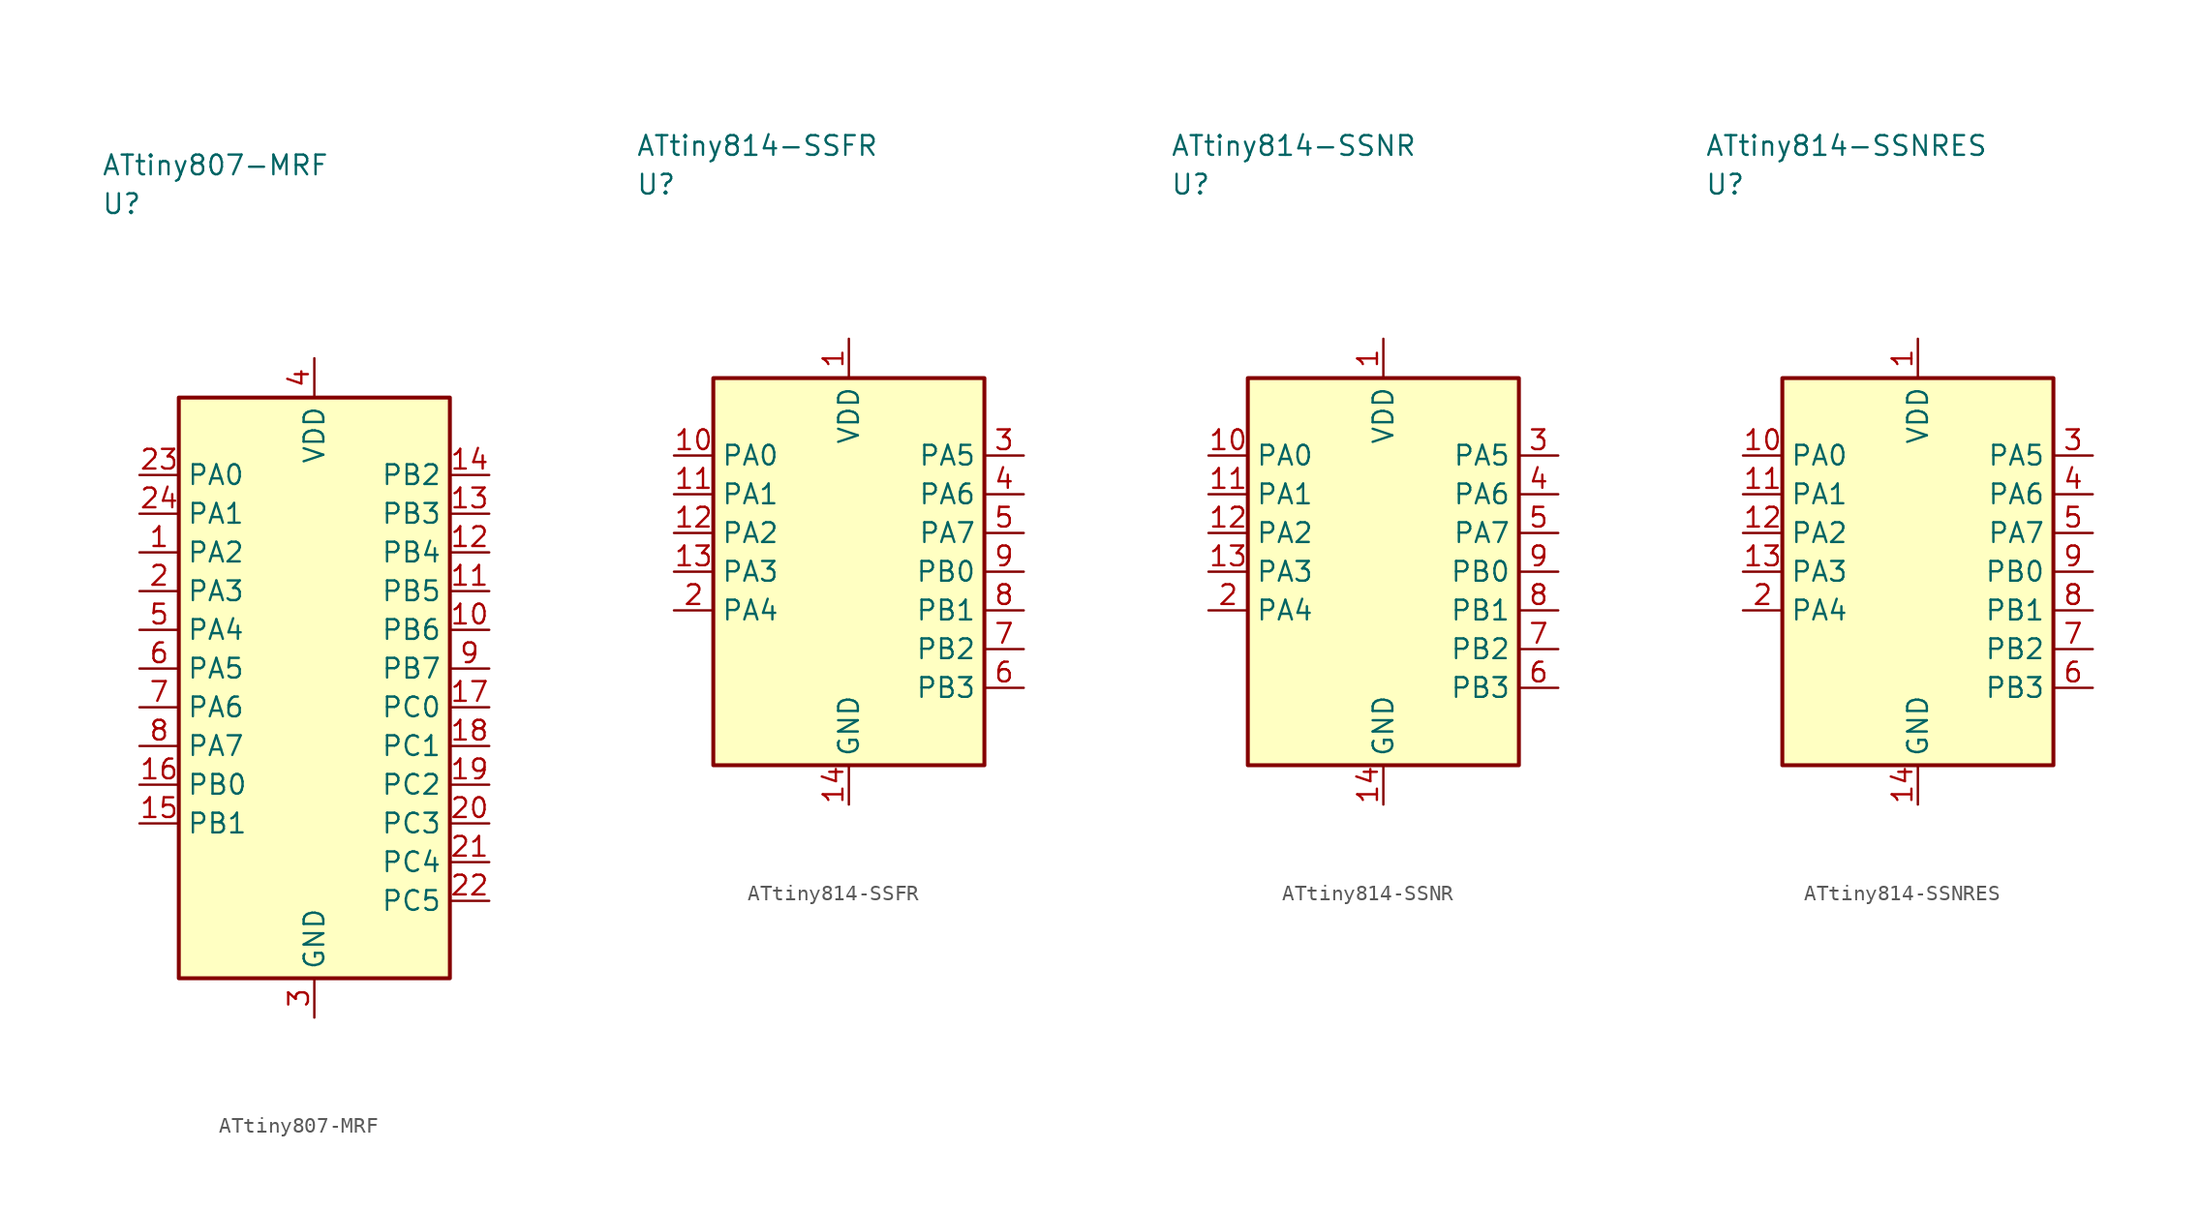
<source format=kicad_sym>
(kicad_symbol_lib
  (version 20241025)
  (generator "kicad_symbol_editor")
  (generator_version "8.0")
  (symbol "ATtiny807-MRF"
    (property "Reference" "U"
      (at -13.75 31.25 0)
      (effects (font (size 1.27 1.27)) (justify left)))
    (property "Value" "ATtiny807-MRF"
      (at -13.75 33.75 0)
      (effects (font (size 1.27 1.27)) (justify left)))
    (symbol "ATtiny807-MRF_0_1"
      (rectangle (start -8.75 18.75) (end 8.75 -18.75) (stroke (width 0.254) (type default)) (fill (type background))))
    (symbol "ATtiny807-MRF_1_1"
      (pin bidirectional line (at -11.29 8.75 0.0) (length 2.54) (name "PA2" (effects (font (size 1.27 1.27)))) (number "1" (effects (font (size 1.27 1.27)))))
      (pin bidirectional line (at -11.29 6.25 0.0) (length 2.54) (name "PA3" (effects (font (size 1.27 1.27)))) (number "2" (effects (font (size 1.27 1.27)))))
      (pin passive line (at 0.0 -21.29 90.0) (length 2.54) (name "GND" (effects (font (size 1.27 1.27)))) (number "3" (effects (font (size 1.27 1.27)))))
      (pin power_in line (at 0.0 21.29 270.0) (length 2.54) (name "VDD" (effects (font (size 1.27 1.27)))) (number "4" (effects (font (size 1.27 1.27)))))
      (pin bidirectional line (at -11.29 3.75 0.0) (length 2.54) (name "PA4" (effects (font (size 1.27 1.27)))) (number "5" (effects (font (size 1.27 1.27)))))
      (pin bidirectional line (at -11.29 1.25 0.0) (length 2.54) (name "PA5" (effects (font (size 1.27 1.27)))) (number "6" (effects (font (size 1.27 1.27)))))
      (pin bidirectional line (at -11.29 -1.25 0.0) (length 2.54) (name "PA6" (effects (font (size 1.27 1.27)))) (number "7" (effects (font (size 1.27 1.27)))))
      (pin bidirectional line (at -11.29 -3.75 0.0) (length 2.54) (name "PA7" (effects (font (size 1.27 1.27)))) (number "8" (effects (font (size 1.27 1.27)))))
      (pin bidirectional line (at 11.29 1.25 180.0) (length 2.54) (name "PB7" (effects (font (size 1.27 1.27)))) (number "9" (effects (font (size 1.27 1.27)))))
      (pin bidirectional line (at 11.29 3.75 180.0) (length 2.54) (name "PB6" (effects (font (size 1.27 1.27)))) (number "10" (effects (font (size 1.27 1.27)))))
      (pin bidirectional line (at 11.29 6.25 180.0) (length 2.54) (name "PB5" (effects (font (size 1.27 1.27)))) (number "11" (effects (font (size 1.27 1.27)))))
      (pin bidirectional line (at 11.29 8.75 180.0) (length 2.54) (name "PB4" (effects (font (size 1.27 1.27)))) (number "12" (effects (font (size 1.27 1.27)))))
      (pin bidirectional line (at 11.29 11.25 180.0) (length 2.54) (name "PB3" (effects (font (size 1.27 1.27)))) (number "13" (effects (font (size 1.27 1.27)))))
      (pin bidirectional line (at 11.29 13.75 180.0) (length 2.54) (name "PB2" (effects (font (size 1.27 1.27)))) (number "14" (effects (font (size 1.27 1.27)))))
      (pin bidirectional line (at -11.29 -8.75 0.0) (length 2.54) (name "PB1" (effects (font (size 1.27 1.27)))) (number "15" (effects (font (size 1.27 1.27)))))
      (pin bidirectional line (at -11.29 -6.25 0.0) (length 2.54) (name "PB0" (effects (font (size 1.27 1.27)))) (number "16" (effects (font (size 1.27 1.27)))))
      (pin bidirectional line (at 11.29 -1.25 180.0) (length 2.54) (name "PC0" (effects (font (size 1.27 1.27)))) (number "17" (effects (font (size 1.27 1.27)))))
      (pin bidirectional line (at 11.29 -3.75 180.0) (length 2.54) (name "PC1" (effects (font (size 1.27 1.27)))) (number "18" (effects (font (size 1.27 1.27)))))
      (pin bidirectional line (at 11.29 -6.25 180.0) (length 2.54) (name "PC2" (effects (font (size 1.27 1.27)))) (number "19" (effects (font (size 1.27 1.27)))))
      (pin bidirectional line (at 11.29 -8.75 180.0) (length 2.54) (name "PC3" (effects (font (size 1.27 1.27)))) (number "20" (effects (font (size 1.27 1.27)))))
      (pin bidirectional line (at 11.29 -11.25 180.0) (length 2.54) (name "PC4" (effects (font (size 1.27 1.27)))) (number "21" (effects (font (size 1.27 1.27)))))
      (pin bidirectional line (at 11.29 -13.75 180.0) (length 2.54) (name "PC5" (effects (font (size 1.27 1.27)))) (number "22" (effects (font (size 1.27 1.27)))))
      (pin bidirectional line (at -11.29 13.75 0.0) (length 2.54) (name "PA0" (effects (font (size 1.27 1.27)))) (number "23" (effects (font (size 1.27 1.27)))))
      (pin bidirectional line (at -11.29 11.25 0.0) (length 2.54) (name "PA1" (effects (font (size 1.27 1.27)))) (number "24" (effects (font (size 1.27 1.27)))))))
  (symbol "ATtiny814-SSFR"
    (property "Reference" "U"
      (at -13.75 25.0 0)
      (effects (font (size 1.27 1.27)) (justify left)))
    (property "Value" "ATtiny814-SSFR"
      (at -13.75 27.5 0)
      (effects (font (size 1.27 1.27)) (justify left)))
    (symbol "ATtiny814-SSFR_0_1"
      (rectangle (start -8.75 12.5) (end 8.75 -12.5) (stroke (width 0.254) (type default)) (fill (type background))))
    (symbol "ATtiny814-SSFR_1_1"
      (pin power_in line (at 0.0 15.04 270.0) (length 2.54) (name "VDD" (effects (font (size 1.27 1.27)))) (number "1" (effects (font (size 1.27 1.27)))))
      (pin bidirectional line (at -11.29 -2.5 0.0) (length 2.54) (name "PA4" (effects (font (size 1.27 1.27)))) (number "2" (effects (font (size 1.27 1.27)))))
      (pin bidirectional line (at 11.29 7.5 180.0) (length 2.54) (name "PA5" (effects (font (size 1.27 1.27)))) (number "3" (effects (font (size 1.27 1.27)))))
      (pin bidirectional line (at 11.29 5.0 180.0) (length 2.54) (name "PA6" (effects (font (size 1.27 1.27)))) (number "4" (effects (font (size 1.27 1.27)))))
      (pin bidirectional line (at 11.29 2.5 180.0) (length 2.54) (name "PA7" (effects (font (size 1.27 1.27)))) (number "5" (effects (font (size 1.27 1.27)))))
      (pin bidirectional line (at 11.29 -7.5 180.0) (length 2.54) (name "PB3" (effects (font (size 1.27 1.27)))) (number "6" (effects (font (size 1.27 1.27)))))
      (pin bidirectional line (at 11.29 -5.0 180.0) (length 2.54) (name "PB2" (effects (font (size 1.27 1.27)))) (number "7" (effects (font (size 1.27 1.27)))))
      (pin bidirectional line (at 11.29 -2.5 180.0) (length 2.54) (name "PB1" (effects (font (size 1.27 1.27)))) (number "8" (effects (font (size 1.27 1.27)))))
      (pin bidirectional line (at 11.29 0.0 180.0) (length 2.54) (name "PB0" (effects (font (size 1.27 1.27)))) (number "9" (effects (font (size 1.27 1.27)))))
      (pin bidirectional line (at -11.29 7.5 0.0) (length 2.54) (name "PA0" (effects (font (size 1.27 1.27)))) (number "10" (effects (font (size 1.27 1.27)))))
      (pin bidirectional line (at -11.29 5.0 0.0) (length 2.54) (name "PA1" (effects (font (size 1.27 1.27)))) (number "11" (effects (font (size 1.27 1.27)))))
      (pin bidirectional line (at -11.29 2.5 0.0) (length 2.54) (name "PA2" (effects (font (size 1.27 1.27)))) (number "12" (effects (font (size 1.27 1.27)))))
      (pin bidirectional line (at -11.29 0.0 0.0) (length 2.54) (name "PA3" (effects (font (size 1.27 1.27)))) (number "13" (effects (font (size 1.27 1.27)))))
      (pin passive line (at 0.0 -15.04 90.0) (length 2.54) (name "GND" (effects (font (size 1.27 1.27)))) (number "14" (effects (font (size 1.27 1.27)))))))
  (symbol "ATtiny814-SSNR"
    (property "Reference" "U"
      (at -13.75 25.0 0)
      (effects (font (size 1.27 1.27)) (justify left)))
    (property "Value" "ATtiny814-SSNR"
      (at -13.75 27.5 0)
      (effects (font (size 1.27 1.27)) (justify left)))
    (symbol "ATtiny814-SSNR_0_1"
      (rectangle (start -8.75 12.5) (end 8.75 -12.5) (stroke (width 0.254) (type default)) (fill (type background))))
    (symbol "ATtiny814-SSNR_1_1"
      (pin power_in line (at 0.0 15.04 270.0) (length 2.54) (name "VDD" (effects (font (size 1.27 1.27)))) (number "1" (effects (font (size 1.27 1.27)))))
      (pin bidirectional line (at -11.29 -2.5 0.0) (length 2.54) (name "PA4" (effects (font (size 1.27 1.27)))) (number "2" (effects (font (size 1.27 1.27)))))
      (pin bidirectional line (at 11.29 7.5 180.0) (length 2.54) (name "PA5" (effects (font (size 1.27 1.27)))) (number "3" (effects (font (size 1.27 1.27)))))
      (pin bidirectional line (at 11.29 5.0 180.0) (length 2.54) (name "PA6" (effects (font (size 1.27 1.27)))) (number "4" (effects (font (size 1.27 1.27)))))
      (pin bidirectional line (at 11.29 2.5 180.0) (length 2.54) (name "PA7" (effects (font (size 1.27 1.27)))) (number "5" (effects (font (size 1.27 1.27)))))
      (pin bidirectional line (at 11.29 -7.5 180.0) (length 2.54) (name "PB3" (effects (font (size 1.27 1.27)))) (number "6" (effects (font (size 1.27 1.27)))))
      (pin bidirectional line (at 11.29 -5.0 180.0) (length 2.54) (name "PB2" (effects (font (size 1.27 1.27)))) (number "7" (effects (font (size 1.27 1.27)))))
      (pin bidirectional line (at 11.29 -2.5 180.0) (length 2.54) (name "PB1" (effects (font (size 1.27 1.27)))) (number "8" (effects (font (size 1.27 1.27)))))
      (pin bidirectional line (at 11.29 0.0 180.0) (length 2.54) (name "PB0" (effects (font (size 1.27 1.27)))) (number "9" (effects (font (size 1.27 1.27)))))
      (pin bidirectional line (at -11.29 7.5 0.0) (length 2.54) (name "PA0" (effects (font (size 1.27 1.27)))) (number "10" (effects (font (size 1.27 1.27)))))
      (pin bidirectional line (at -11.29 5.0 0.0) (length 2.54) (name "PA1" (effects (font (size 1.27 1.27)))) (number "11" (effects (font (size 1.27 1.27)))))
      (pin bidirectional line (at -11.29 2.5 0.0) (length 2.54) (name "PA2" (effects (font (size 1.27 1.27)))) (number "12" (effects (font (size 1.27 1.27)))))
      (pin bidirectional line (at -11.29 0.0 0.0) (length 2.54) (name "PA3" (effects (font (size 1.27 1.27)))) (number "13" (effects (font (size 1.27 1.27)))))
      (pin passive line (at 0.0 -15.04 90.0) (length 2.54) (name "GND" (effects (font (size 1.27 1.27)))) (number "14" (effects (font (size 1.27 1.27)))))))
  (symbol "ATtiny814-SSNRES"
    (property "Reference" "U"
      (at -13.75 25.0 0)
      (effects (font (size 1.27 1.27)) (justify left)))
    (property "Value" "ATtiny814-SSNRES"
      (at -13.75 27.5 0)
      (effects (font (size 1.27 1.27)) (justify left)))
    (symbol "ATtiny814-SSNRES_0_1"
      (rectangle (start -8.75 12.5) (end 8.75 -12.5) (stroke (width 0.254) (type default)) (fill (type background))))
    (symbol "ATtiny814-SSNRES_1_1"
      (pin power_in line (at 0.0 15.04 270.0) (length 2.54) (name "VDD" (effects (font (size 1.27 1.27)))) (number "1" (effects (font (size 1.27 1.27)))))
      (pin bidirectional line (at -11.29 -2.5 0.0) (length 2.54) (name "PA4" (effects (font (size 1.27 1.27)))) (number "2" (effects (font (size 1.27 1.27)))))
      (pin bidirectional line (at 11.29 7.5 180.0) (length 2.54) (name "PA5" (effects (font (size 1.27 1.27)))) (number "3" (effects (font (size 1.27 1.27)))))
      (pin bidirectional line (at 11.29 5.0 180.0) (length 2.54) (name "PA6" (effects (font (size 1.27 1.27)))) (number "4" (effects (font (size 1.27 1.27)))))
      (pin bidirectional line (at 11.29 2.5 180.0) (length 2.54) (name "PA7" (effects (font (size 1.27 1.27)))) (number "5" (effects (font (size 1.27 1.27)))))
      (pin bidirectional line (at 11.29 -7.5 180.0) (length 2.54) (name "PB3" (effects (font (size 1.27 1.27)))) (number "6" (effects (font (size 1.27 1.27)))))
      (pin bidirectional line (at 11.29 -5.0 180.0) (length 2.54) (name "PB2" (effects (font (size 1.27 1.27)))) (number "7" (effects (font (size 1.27 1.27)))))
      (pin bidirectional line (at 11.29 -2.5 180.0) (length 2.54) (name "PB1" (effects (font (size 1.27 1.27)))) (number "8" (effects (font (size 1.27 1.27)))))
      (pin bidirectional line (at 11.29 0.0 180.0) (length 2.54) (name "PB0" (effects (font (size 1.27 1.27)))) (number "9" (effects (font (size 1.27 1.27)))))
      (pin bidirectional line (at -11.29 7.5 0.0) (length 2.54) (name "PA0" (effects (font (size 1.27 1.27)))) (number "10" (effects (font (size 1.27 1.27)))))
      (pin bidirectional line (at -11.29 5.0 0.0) (length 2.54) (name "PA1" (effects (font (size 1.27 1.27)))) (number "11" (effects (font (size 1.27 1.27)))))
      (pin bidirectional line (at -11.29 2.5 0.0) (length 2.54) (name "PA2" (effects (font (size 1.27 1.27)))) (number "12" (effects (font (size 1.27 1.27)))))
      (pin bidirectional line (at -11.29 0.0 0.0) (length 2.54) (name "PA3" (effects (font (size 1.27 1.27)))) (number "13" (effects (font (size 1.27 1.27)))))
      (pin passive line (at 0.0 -15.04 90.0) (length 2.54) (name "GND" (effects (font (size 1.27 1.27)))) (number "14" (effects (font (size 1.27 1.27))))))))
</source>
